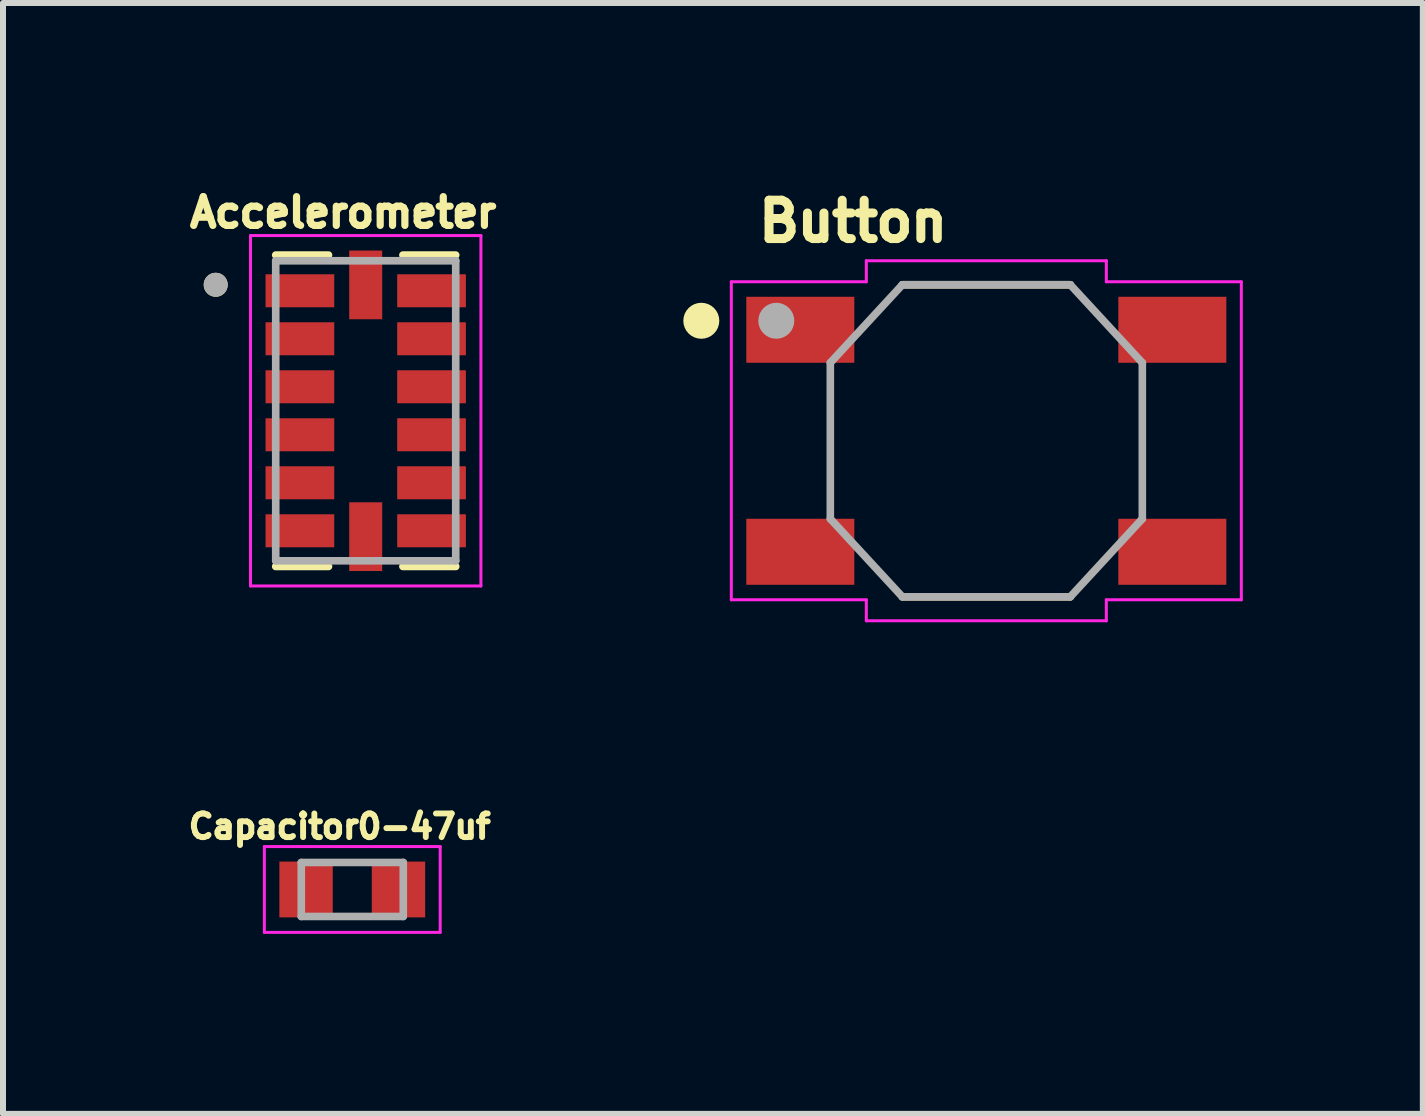
<source format=kicad_pcb>
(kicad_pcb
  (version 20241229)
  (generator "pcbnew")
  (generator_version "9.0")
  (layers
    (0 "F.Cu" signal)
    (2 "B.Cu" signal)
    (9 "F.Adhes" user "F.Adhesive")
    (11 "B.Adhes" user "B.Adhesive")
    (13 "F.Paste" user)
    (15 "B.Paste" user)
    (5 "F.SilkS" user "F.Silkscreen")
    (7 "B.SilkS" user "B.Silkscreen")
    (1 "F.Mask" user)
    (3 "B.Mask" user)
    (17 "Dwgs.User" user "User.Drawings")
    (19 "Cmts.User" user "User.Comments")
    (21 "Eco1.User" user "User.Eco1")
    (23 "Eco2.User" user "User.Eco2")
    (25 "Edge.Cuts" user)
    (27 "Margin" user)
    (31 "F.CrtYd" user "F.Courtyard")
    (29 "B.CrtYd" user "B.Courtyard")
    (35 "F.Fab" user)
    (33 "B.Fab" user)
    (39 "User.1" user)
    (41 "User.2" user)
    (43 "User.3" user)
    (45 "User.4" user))
  (footprint "Button"
    (layer "F.Cu")
    (at 13.388 4.296)
    (property "Reference" "Button" (at -2.219 -3.658 0) (layer "F.SilkS") (effects (font (size 0.64 0.64) (thickness 0.15))))
    (attr smd)
    (fp_line (start -1.4 -2.6) (end 1.4 -2.6) (stroke (width 0.127) (type solid)) (layer "F.SilkS"))
    (fp_line (start -1.4 2.6) (end 1.4 2.6) (stroke (width 0.127) (type solid)) (layer "F.SilkS"))
    (fp_circle (center -4.75 -2) (end -4.6 -2) (stroke (width 0.3) (type solid)) (fill no) (layer "F.SilkS"))
    (fp_line (start -4.25 -2.65) (end -2 -2.65) (stroke (width 0.05) (type solid)) (layer "F.CrtYd"))
    (fp_line (start -4.25 2.65) (end -4.25 -2.65) (stroke (width 0.05) (type solid)) (layer "F.CrtYd"))
    (fp_line (start -2 -3) (end 2 -3) (stroke (width 0.05) (type solid)) (layer "F.CrtYd"))
    (fp_line (start -2 -2.65) (end -2 -3) (stroke (width 0.05) (type solid)) (layer "F.CrtYd"))
    (fp_line (start -2 2.65) (end -4.25 2.65) (stroke (width 0.05) (type solid)) (layer "F.CrtYd"))
    (fp_line (start -2 3) (end -2 2.65) (stroke (width 0.05) (type solid)) (layer "F.CrtYd"))
    (fp_line (start 2 -3) (end 2 -2.65) (stroke (width 0.05) (type solid)) (layer "F.CrtYd"))
    (fp_line (start 2 -2.65) (end 4.25 -2.65) (stroke (width 0.05) (type solid)) (layer "F.CrtYd"))
    (fp_line (start 2 2.65) (end 2 3) (stroke (width 0.05) (type solid)) (layer "F.CrtYd"))
    (fp_line (start 2 3) (end -2 3) (stroke (width 0.05) (type solid)) (layer "F.CrtYd"))
    (fp_line (start 4.25 -2.65) (end 4.25 2.65) (stroke (width 0.05) (type solid)) (layer "F.CrtYd"))
    (fp_line (start 4.25 2.65) (end 2 2.65) (stroke (width 0.05) (type solid)) (layer "F.CrtYd"))
    (fp_line (start -2.6 -1.3) (end -1.4 -2.6) (stroke (width 0.127) (type solid)) (layer "F.Fab"))
    (fp_line (start -2.6 1.3) (end -2.6 -1.3) (stroke (width 0.127) (type solid)) (layer "F.Fab"))
    (fp_line (start -1.4 -2.6) (end 1.4 -2.6) (stroke (width 0.127) (type solid)) (layer "F.Fab"))
    (fp_line (start -1.4 2.6) (end -2.6 1.3) (stroke (width 0.127) (type solid)) (layer "F.Fab"))
    (fp_line (start 1.4 -2.6) (end 2.6 -1.3) (stroke (width 0.127) (type solid)) (layer "F.Fab"))
    (fp_line (start 1.4 2.6) (end -1.4 2.6) (stroke (width 0.127) (type solid)) (layer "F.Fab"))
    (fp_line (start 2.6 -1.3) (end 2.6 1.3) (stroke (width 0.127) (type solid)) (layer "F.Fab"))
    (fp_line (start 2.6 1.3) (end 1.4 2.6) (stroke (width 0.127) (type solid)) (layer "F.Fab"))
    (fp_circle (center -3.5 -2) (end -3.35 -2) (stroke (width 0.3) (type solid)) (fill no) (layer "F.Fab"))
    (pad "1" smd rect (at -3.1 -1.85) (size 1.8 1.1) (layers "F.Cu" "F.Mask" "F.Paste"))
    (pad "2" smd rect (at 3.1 -1.85) (size 1.8 1.1) (layers "F.Cu" "F.Mask" "F.Paste"))
    (pad "3" smd rect (at -3.1 1.85) (size 1.8 1.1) (layers "F.Cu" "F.Mask" "F.Paste"))
    (pad "4" smd rect (at 3.1 1.85) (size 1.8 1.1) (layers "F.Cu" "F.Mask" "F.Paste"))
    (zone (net_name "") (layer "F.Cu") (hatch full 0.508) (connect_pads) (min_thickness 0.001) (filled_areas_thickness no) (keepout (tracks not_allowed) (vias not_allowed) (pads not_allowed) (copperpour not_allowed) (footprints allowed)) (placement (enabled no)) (fill) (polygon (pts (xy 9.388 2.996) (xy 12.388 2.996) (xy 12.388 5.596) (xy 9.388 5.596))))
    (zone (net_name "") (layer "F.Cu") (hatch full 0.508) (connect_pads) (min_thickness 0.001) (filled_areas_thickness no) (keepout (tracks not_allowed) (vias not_allowed) (pads not_allowed) (copperpour not_allowed) (footprints allowed)) (placement (enabled no)) (fill) (polygon (pts (xy 14.388 2.996) (xy 17.388 2.996) (xy 17.388 5.596) (xy 14.388 5.596)))))
  (footprint "Capacitor0-47uf"
    (layer "F.Cu")
    (at 2.821 11.774)
    (property "Reference" "Capacitor0-47uf" (at -0.21 -1.05 0) (layer "F.SilkS") (effects (font (size 0.394 0.394) (thickness 0.15))))
    (attr smd)
    (fp_line (start -1.465 -0.715) (end 1.465 -0.715) (stroke (width 0.05) (type solid)) (layer "F.CrtYd"))
    (fp_line (start -1.465 0.715) (end -1.465 -0.715) (stroke (width 0.05) (type solid)) (layer "F.CrtYd"))
    (fp_line (start -1.465 0.715) (end 1.465 0.715) (stroke (width 0.05) (type solid)) (layer "F.CrtYd"))
    (fp_line (start 1.465 0.715) (end 1.465 -0.715) (stroke (width 0.05) (type solid)) (layer "F.CrtYd"))
    (fp_line (start -0.85 0.45) (end -0.85 -0.45) (stroke (width 0.127) (type solid)) (layer "F.Fab"))
    (fp_line (start 0.85 -0.45) (end -0.85 -0.45) (stroke (width 0.127) (type solid)) (layer "F.Fab"))
    (fp_line (start 0.85 0.45) (end -0.85 0.45) (stroke (width 0.127) (type solid)) (layer "F.Fab"))
    (fp_line (start 0.85 0.45) (end 0.85 -0.45) (stroke (width 0.127) (type solid)) (layer "F.Fab"))
    (pad "1" smd rect (at -0.77 0) (size 0.89 0.93) (layers "F.Cu" "F.Mask" "F.Paste"))
    (pad "2" smd rect (at 0.77 0) (size 0.89 0.93) (layers "F.Cu" "F.Mask" "F.Paste")))
  (footprint "Accelerometer"
    (layer "F.Cu")
    (at 3.045 3.796)
    (property "Reference" "Accelerometer" (at -0.376 -3.305 0) (layer "F.SilkS") (effects (font (size 0.48 0.48) (thickness 0.15))))
    (attr smd)
    (fp_line (start -1.5 -2.595) (end -0.62 -2.595) (stroke (width 0.127) (type solid)) (layer "F.SilkS"))
    (fp_line (start -1.5 2.595) (end -0.62 2.595) (stroke (width 0.127) (type solid)) (layer "F.SilkS"))
    (fp_line (start 0.62 -2.595) (end 1.5 -2.595) (stroke (width 0.127) (type solid)) (layer "F.SilkS"))
    (fp_line (start 0.62 2.595) (end 1.5 2.595) (stroke (width 0.127) (type solid)) (layer "F.SilkS"))
    (fp_circle (center -2.5 -2.1) (end -2.4 -2.1) (stroke (width 0.2) (type solid)) (fill no) (layer "F.SilkS"))
    (fp_line (start -1.92 -2.92) (end 1.92 -2.92) (stroke (width 0.05) (type solid)) (layer "F.CrtYd"))
    (fp_line (start -1.92 2.92) (end -1.92 -2.92) (stroke (width 0.05) (type solid)) (layer "F.CrtYd"))
    (fp_line (start 1.92 -2.92) (end 1.92 2.92) (stroke (width 0.05) (type solid)) (layer "F.CrtYd"))
    (fp_line (start 1.92 2.92) (end -1.92 2.92) (stroke (width 0.05) (type solid)) (layer "F.CrtYd"))
    (fp_line (start -1.5 -2.5) (end 1.5 -2.5) (stroke (width 0.127) (type solid)) (layer "F.Fab"))
    (fp_line (start -1.5 2.5) (end -1.5 -2.5) (stroke (width 0.127) (type solid)) (layer "F.Fab"))
    (fp_line (start 1.5 -2.5) (end 1.5 2.5) (stroke (width 0.127) (type solid)) (layer "F.Fab"))
    (fp_line (start 1.5 2.5) (end -1.5 2.5) (stroke (width 0.127) (type solid)) (layer "F.Fab"))
    (fp_circle (center -2.5 -2.1) (end -2.4 -2.1) (stroke (width 0.2) (type solid)) (fill no) (layer "F.Fab"))
    (pad "1" smd rect (at -1.097 -2) (size 1.145 0.55) (layers "F.Cu" "F.Mask" "F.Paste"))
    (pad "2" smd rect (at -1.097 -1.2) (size 1.145 0.55) (layers "F.Cu" "F.Mask" "F.Paste"))
    (pad "3" smd rect (at -1.097 -0.4) (size 1.145 0.55) (layers "F.Cu" "F.Mask" "F.Paste"))
    (pad "4" smd rect (at -1.097 0.4) (size 1.145 0.55) (layers "F.Cu" "F.Mask" "F.Paste"))
    (pad "5" smd rect (at -1.097 1.2) (size 1.145 0.55) (layers "F.Cu" "F.Mask" "F.Paste"))
    (pad "6" smd rect (at -1.097 2) (size 1.145 0.55) (layers "F.Cu" "F.Mask" "F.Paste"))
    (pad "7" smd rect (at 0 2.098) (size 0.55 1.145) (layers "F.Cu" "F.Mask" "F.Paste"))
    (pad "8" smd rect (at 1.097 2) (size 1.145 0.55) (layers "F.Cu" "F.Mask" "F.Paste"))
    (pad "9" smd rect (at 1.097 1.2) (size 1.145 0.55) (layers "F.Cu" "F.Mask" "F.Paste"))
    (pad "10" smd rect (at 1.097 0.4) (size 1.145 0.55) (layers "F.Cu" "F.Mask" "F.Paste"))
    (pad "11" smd rect (at 1.097 -0.4) (size 1.145 0.55) (layers "F.Cu" "F.Mask" "F.Paste"))
    (pad "12" smd rect (at 1.097 -1.2) (size 1.145 0.55) (layers "F.Cu" "F.Mask" "F.Paste"))
    (pad "13" smd rect (at 1.097 -2) (size 1.145 0.55) (layers "F.Cu" "F.Mask" "F.Paste"))
    (pad "14" smd rect (at 0 -2.098) (size 0.55 1.145) (layers "F.Cu" "F.Mask" "F.Paste")))
  (gr_rect
    (start -3 -3)
    (end 20.663 15.514)
    (stroke (width 0.1) (type default))
    (fill no)
    (layer "Edge.Cuts")))
</source>
